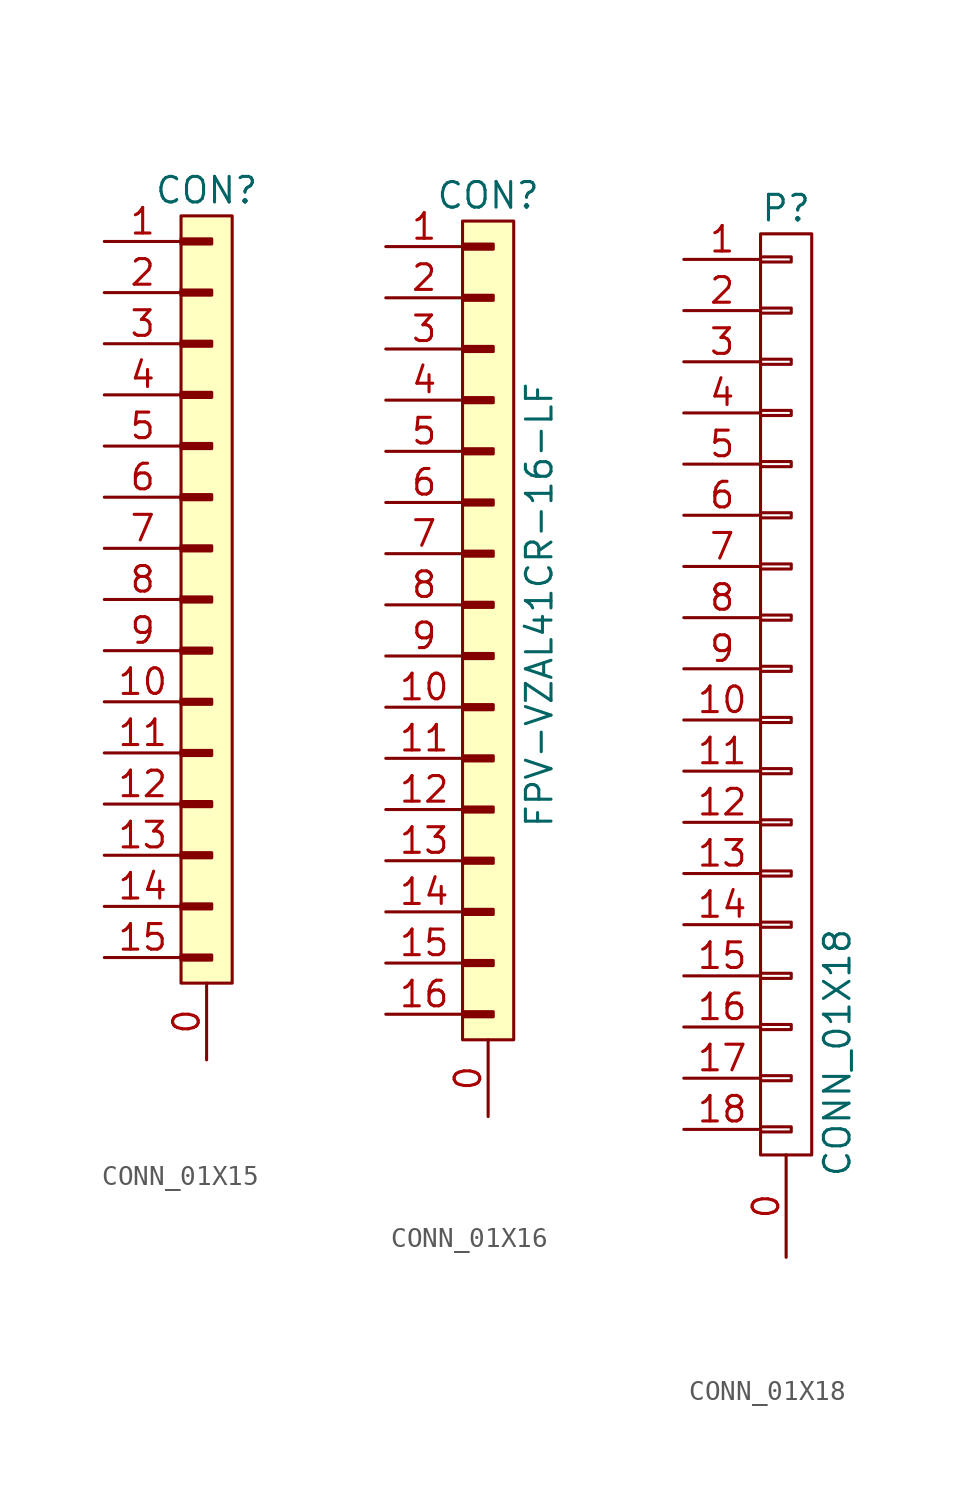
<source format=kicad_sym>
(kicad_symbol_lib
  (version 20220914)
  (generator kicad_symbol_editor)
  (symbol "CONN_01X15"
    (pin_names
      (offset 1.016) hide)
    (property "Reference" "CON"
      (at 0 20.32 0)
      (effects (font (size 1.27 1.27))))
    (property "Value" ""
      (at 2.54 0 90)
      (effects (font (size 1.27 1.27))))
    (symbol "CONN_01X15_1_1"
      (rectangle (start -1.27 -17.653) (end 0.254 -17.907) (stroke (width 0) (type solid)) (fill (type outline)))
      (rectangle (start -1.27 -15.113) (end 0.254 -15.367) (stroke (width 0) (type solid)) (fill (type outline)))
      (rectangle (start -1.27 -12.573) (end 0.254 -12.827) (stroke (width 0) (type solid)) (fill (type outline)))
      (rectangle (start -1.27 -10.033) (end 0.254 -10.287) (stroke (width 0) (type solid)) (fill (type outline)))
      (rectangle (start -1.27 -7.493) (end 0.254 -7.747) (stroke (width 0) (type solid)) (fill (type outline)))
      (rectangle (start -1.27 -4.953) (end 0.254 -5.207) (stroke (width 0) (type solid)) (fill (type outline)))
      (rectangle (start -1.27 -2.413) (end 0.254 -2.667) (stroke (width 0) (type solid)) (fill (type outline)))
      (rectangle (start -1.27 0.127) (end 0.254 -0.127) (stroke (width 0) (type solid)) (fill (type outline)))
      (rectangle (start -1.27 2.667) (end 0.254 2.413) (stroke (width 0) (type solid)) (fill (type outline)))
      (rectangle (start -1.27 5.207) (end 0.254 4.953) (stroke (width 0) (type solid)) (fill (type outline)))
      (rectangle (start -1.27 7.747) (end 0.254 7.493) (stroke (width 0) (type solid)) (fill (type outline)))
      (rectangle (start -1.27 10.287) (end 0.254 10.033) (stroke (width 0) (type solid)) (fill (type outline)))
      (rectangle (start -1.27 12.827) (end 0.254 12.573) (stroke (width 0) (type solid)) (fill (type outline)))
      (rectangle (start -1.27 15.367) (end 0.254 15.113) (stroke (width 0) (type solid)) (fill (type outline)))
      (rectangle (start -1.27 17.907) (end 0.254 17.653) (stroke (width 0) (type solid)) (fill (type outline)))
      (rectangle (start -1.27 19.05) (end 1.27 -19.05) (stroke (width 0) (type solid)) (fill (type background)))
      (pin passive line (at 0 -22.86 90) (length 3.81) (name "P0" (effects (font (size 1.27 1.27)))) (number "0" (effects (font (size 1.27 1.27)))))
      (pin passive line (at -5.08 17.78 0) (length 3.81) (name "P1" (effects (font (size 1.27 1.27)))) (number "1" (effects (font (size 1.27 1.27)))))
      (pin passive line (at -5.08 -5.08 0) (length 3.81) (name "P10" (effects (font (size 1.27 1.27)))) (number "10" (effects (font (size 1.27 1.27)))))
      (pin passive line (at -5.08 -7.62 0) (length 3.81) (name "P11" (effects (font (size 1.27 1.27)))) (number "11" (effects (font (size 1.27 1.27)))))
      (pin passive line (at -5.08 -10.16 0) (length 3.81) (name "P12" (effects (font (size 1.27 1.27)))) (number "12" (effects (font (size 1.27 1.27)))))
      (pin passive line (at -5.08 -12.7 0) (length 3.81) (name "P13" (effects (font (size 1.27 1.27)))) (number "13" (effects (font (size 1.27 1.27)))))
      (pin passive line (at -5.08 -15.24 0) (length 3.81) (name "P14" (effects (font (size 1.27 1.27)))) (number "14" (effects (font (size 1.27 1.27)))))
      (pin passive line (at -5.08 -17.78 0) (length 3.81) (name "P15" (effects (font (size 1.27 1.27)))) (number "15" (effects (font (size 1.27 1.27)))))
      (pin passive line (at -5.08 15.24 0) (length 3.81) (name "P2" (effects (font (size 1.27 1.27)))) (number "2" (effects (font (size 1.27 1.27)))))
      (pin passive line (at -5.08 12.7 0) (length 3.81) (name "P3" (effects (font (size 1.27 1.27)))) (number "3" (effects (font (size 1.27 1.27)))))
      (pin passive line (at -5.08 10.16 0) (length 3.81) (name "P4" (effects (font (size 1.27 1.27)))) (number "4" (effects (font (size 1.27 1.27)))))
      (pin passive line (at -5.08 7.62 0) (length 3.81) (name "P5" (effects (font (size 1.27 1.27)))) (number "5" (effects (font (size 1.27 1.27)))))
      (pin passive line (at -5.08 5.08 0) (length 3.81) (name "P6" (effects (font (size 1.27 1.27)))) (number "6" (effects (font (size 1.27 1.27)))))
      (pin passive line (at -5.08 2.54 0) (length 3.81) (name "P7" (effects (font (size 1.27 1.27)))) (number "7" (effects (font (size 1.27 1.27)))))
      (pin passive line (at -5.08 0 0) (length 3.81) (name "P8" (effects (font (size 1.27 1.27)))) (number "8" (effects (font (size 1.27 1.27)))))
      (pin passive line (at -5.08 -2.54 0) (length 3.81) (name "P9" (effects (font (size 1.27 1.27)))) (number "9" (effects (font (size 1.27 1.27)))))))
  (symbol "CONN_01X16"
    (pin_names
      (offset 1.016) hide)
    (property "Reference" "CON"
      (at 0 20.32 0)
      (effects (font (size 1.27 1.27))))
    (property "Value" "FPV-VZAL41CR-16-LF"
      (at 2.54 0 90)
      (effects (font (size 1.27 1.27))))
    (symbol "CONN_01X16_1_1"
      (rectangle (start -1.27 -20.193) (end 0.254 -20.447) (stroke (width 0) (type solid)) (fill (type outline)))
      (rectangle (start -1.27 -17.653) (end 0.254 -17.907) (stroke (width 0) (type solid)) (fill (type outline)))
      (rectangle (start -1.27 -15.113) (end 0.254 -15.367) (stroke (width 0) (type solid)) (fill (type outline)))
      (rectangle (start -1.27 -12.573) (end 0.254 -12.827) (stroke (width 0) (type solid)) (fill (type outline)))
      (rectangle (start -1.27 -10.033) (end 0.254 -10.287) (stroke (width 0) (type solid)) (fill (type outline)))
      (rectangle (start -1.27 -7.493) (end 0.254 -7.747) (stroke (width 0) (type solid)) (fill (type outline)))
      (rectangle (start -1.27 -4.953) (end 0.254 -5.207) (stroke (width 0) (type solid)) (fill (type outline)))
      (rectangle (start -1.27 -2.413) (end 0.254 -2.667) (stroke (width 0) (type solid)) (fill (type outline)))
      (rectangle (start -1.27 0.127) (end 0.254 -0.127) (stroke (width 0) (type solid)) (fill (type outline)))
      (rectangle (start -1.27 2.667) (end 0.254 2.413) (stroke (width 0) (type solid)) (fill (type outline)))
      (rectangle (start -1.27 5.207) (end 0.254 4.953) (stroke (width 0) (type solid)) (fill (type outline)))
      (rectangle (start -1.27 7.747) (end 0.254 7.493) (stroke (width 0) (type solid)) (fill (type outline)))
      (rectangle (start -1.27 10.287) (end 0.254 10.033) (stroke (width 0) (type solid)) (fill (type outline)))
      (rectangle (start -1.27 12.827) (end 0.254 12.573) (stroke (width 0) (type solid)) (fill (type outline)))
      (rectangle (start -1.27 15.367) (end 0.254 15.113) (stroke (width 0) (type solid)) (fill (type outline)))
      (rectangle (start -1.27 17.907) (end 0.254 17.653) (stroke (width 0) (type solid)) (fill (type outline)))
      (rectangle (start -1.27 19.05) (end 1.27 -21.59) (stroke (width 0) (type solid)) (fill (type background)))
      (pin passive line (at 0 -25.4 90) (length 3.81) (name "P0" (effects (font (size 1.27 1.27)))) (number "0" (effects (font (size 1.27 1.27)))))
      (pin passive line (at -5.08 17.78 0) (length 3.81) (name "P1" (effects (font (size 1.27 1.27)))) (number "1" (effects (font (size 1.27 1.27)))))
      (pin passive line (at -5.08 -5.08 0) (length 3.81) (name "P10" (effects (font (size 1.27 1.27)))) (number "10" (effects (font (size 1.27 1.27)))))
      (pin passive line (at -5.08 -7.62 0) (length 3.81) (name "P11" (effects (font (size 1.27 1.27)))) (number "11" (effects (font (size 1.27 1.27)))))
      (pin passive line (at -5.08 -10.16 0) (length 3.81) (name "P12" (effects (font (size 1.27 1.27)))) (number "12" (effects (font (size 1.27 1.27)))))
      (pin passive line (at -5.08 -12.7 0) (length 3.81) (name "P13" (effects (font (size 1.27 1.27)))) (number "13" (effects (font (size 1.27 1.27)))))
      (pin passive line (at -5.08 -15.24 0) (length 3.81) (name "P14" (effects (font (size 1.27 1.27)))) (number "14" (effects (font (size 1.27 1.27)))))
      (pin passive line (at -5.08 -17.78 0) (length 3.81) (name "P15" (effects (font (size 1.27 1.27)))) (number "15" (effects (font (size 1.27 1.27)))))
      (pin passive line (at -5.08 -20.32 0) (length 3.81) (name "P16" (effects (font (size 1.27 1.27)))) (number "16" (effects (font (size 1.27 1.27)))))
      (pin passive line (at -5.08 15.24 0) (length 3.81) (name "P2" (effects (font (size 1.27 1.27)))) (number "2" (effects (font (size 1.27 1.27)))))
      (pin passive line (at -5.08 12.7 0) (length 3.81) (name "P3" (effects (font (size 1.27 1.27)))) (number "3" (effects (font (size 1.27 1.27)))))
      (pin passive line (at -5.08 10.16 0) (length 3.81) (name "P4" (effects (font (size 1.27 1.27)))) (number "4" (effects (font (size 1.27 1.27)))))
      (pin passive line (at -5.08 7.62 0) (length 3.81) (name "P5" (effects (font (size 1.27 1.27)))) (number "5" (effects (font (size 1.27 1.27)))))
      (pin passive line (at -5.08 5.08 0) (length 3.81) (name "P6" (effects (font (size 1.27 1.27)))) (number "6" (effects (font (size 1.27 1.27)))))
      (pin passive line (at -5.08 2.54 0) (length 3.81) (name "P7" (effects (font (size 1.27 1.27)))) (number "7" (effects (font (size 1.27 1.27)))))
      (pin passive line (at -5.08 0 0) (length 3.81) (name "P8" (effects (font (size 1.27 1.27)))) (number "8" (effects (font (size 1.27 1.27)))))
      (pin passive line (at -5.08 -2.54 0) (length 3.81) (name "P9" (effects (font (size 1.27 1.27)))) (number "9" (effects (font (size 1.27 1.27)))))))
  (symbol "CONN_01X18"
    (pin_names
      (offset 1.016) hide)
    (property "Reference" "P"
      (at 0 26.67 0)
      (effects (font (size 1.27 1.27))))
    (property "Value" "CONN_01X18"
      (at 2.54 -15.24 90)
      (effects (font (size 1.27 1.27))))
    (property "Footprint" ""
      (at 0 -25.4 0)
      (effects (font (size 1.27 1.27))))
    (property "Datasheet" ""
      (at 0 -25.4 0)
      (effects (font (size 1.27 1.27))))
    (symbol "CONN_01X18_0_1"
      (rectangle (start -1.27 -18.923) (end 0.254 -19.177) (stroke (width 0) (type solid)) (fill (type none)))
      (rectangle (start -1.27 -16.383) (end 0.254 -16.637) (stroke (width 0) (type solid)) (fill (type none)))
      (rectangle (start -1.27 -13.843) (end 0.254 -14.097) (stroke (width 0) (type solid)) (fill (type none)))
      (rectangle (start -1.27 -11.303) (end 0.254 -11.557) (stroke (width 0) (type solid)) (fill (type none)))
      (rectangle (start -1.27 -8.763) (end 0.254 -9.017) (stroke (width 0) (type solid)) (fill (type none)))
      (rectangle (start -1.27 -6.223) (end 0.254 -6.477) (stroke (width 0) (type solid)) (fill (type none)))
      (rectangle (start -1.27 -3.683) (end 0.254 -3.937) (stroke (width 0) (type solid)) (fill (type none)))
      (rectangle (start -1.27 -1.143) (end 0.254 -1.397) (stroke (width 0) (type solid)) (fill (type none)))
      (rectangle (start -1.27 1.397) (end 0.254 1.143) (stroke (width 0) (type solid)) (fill (type none)))
      (rectangle (start -1.27 3.937) (end 0.254 3.683) (stroke (width 0) (type solid)) (fill (type none)))
      (rectangle (start -1.27 6.477) (end 0.254 6.223) (stroke (width 0) (type solid)) (fill (type none)))
      (rectangle (start -1.27 9.017) (end 0.254 8.763) (stroke (width 0) (type solid)) (fill (type none)))
      (rectangle (start -1.27 11.557) (end 0.254 11.303) (stroke (width 0) (type solid)) (fill (type none)))
      (rectangle (start -1.27 14.097) (end 0.254 13.843) (stroke (width 0) (type solid)) (fill (type none)))
      (rectangle (start -1.27 16.637) (end 0.254 16.383) (stroke (width 0) (type solid)) (fill (type none)))
      (rectangle (start -1.27 19.177) (end 0.254 18.923) (stroke (width 0) (type solid)) (fill (type none)))
      (rectangle (start -1.27 21.717) (end 0.254 21.463) (stroke (width 0) (type solid)) (fill (type none)))
      (rectangle (start -1.27 24.257) (end 0.254 24.003) (stroke (width 0) (type solid)) (fill (type none)))
      (rectangle (start -1.27 25.4) (end 1.27 -20.32) (stroke (width 0) (type solid)) (fill (type none))))
    (symbol "CONN_01X18_1_1"
      (pin passive line (at 0 -25.4 90) (length 5.08) (name "P0" (effects (font (size 1.27 1.27)))) (number "0" (effects (font (size 1.27 1.27)))))
      (pin passive line (at -5.08 24.13 0) (length 3.81) (name "P1" (effects (font (size 1.27 1.27)))) (number "1" (effects (font (size 1.27 1.27)))))
      (pin passive line (at -5.08 1.27 0) (length 3.81) (name "P10" (effects (font (size 1.27 1.27)))) (number "10" (effects (font (size 1.27 1.27)))))
      (pin passive line (at -5.08 -1.27 0) (length 3.81) (name "P11" (effects (font (size 1.27 1.27)))) (number "11" (effects (font (size 1.27 1.27)))))
      (pin passive line (at -5.08 -3.81 0) (length 3.81) (name "P12" (effects (font (size 1.27 1.27)))) (number "12" (effects (font (size 1.27 1.27)))))
      (pin passive line (at -5.08 -6.35 0) (length 3.81) (name "P13" (effects (font (size 1.27 1.27)))) (number "13" (effects (font (size 1.27 1.27)))))
      (pin passive line (at -5.08 -8.89 0) (length 3.81) (name "P14" (effects (font (size 1.27 1.27)))) (number "14" (effects (font (size 1.27 1.27)))))
      (pin passive line (at -5.08 -11.43 0) (length 3.81) (name "P15" (effects (font (size 1.27 1.27)))) (number "15" (effects (font (size 1.27 1.27)))))
      (pin passive line (at -5.08 -13.97 0) (length 3.81) (name "P16" (effects (font (size 1.27 1.27)))) (number "16" (effects (font (size 1.27 1.27)))))
      (pin passive line (at -5.08 -16.51 0) (length 3.81) (name "P17" (effects (font (size 1.27 1.27)))) (number "17" (effects (font (size 1.27 1.27)))))
      (pin passive line (at -5.08 -19.05 0) (length 3.81) (name "P18" (effects (font (size 1.27 1.27)))) (number "18" (effects (font (size 1.27 1.27)))))
      (pin passive line (at -5.08 21.59 0) (length 3.81) (name "P2" (effects (font (size 1.27 1.27)))) (number "2" (effects (font (size 1.27 1.27)))))
      (pin passive line (at -5.08 19.05 0) (length 3.81) (name "P3" (effects (font (size 1.27 1.27)))) (number "3" (effects (font (size 1.27 1.27)))))
      (pin passive line (at -5.08 16.51 0) (length 3.81) (name "P4" (effects (font (size 1.27 1.27)))) (number "4" (effects (font (size 1.27 1.27)))))
      (pin passive line (at -5.08 13.97 0) (length 3.81) (name "P5" (effects (font (size 1.27 1.27)))) (number "5" (effects (font (size 1.27 1.27)))))
      (pin passive line (at -5.08 11.43 0) (length 3.81) (name "P6" (effects (font (size 1.27 1.27)))) (number "6" (effects (font (size 1.27 1.27)))))
      (pin passive line (at -5.08 8.89 0) (length 3.81) (name "P7" (effects (font (size 1.27 1.27)))) (number "7" (effects (font (size 1.27 1.27)))))
      (pin passive line (at -5.08 6.35 0) (length 3.81) (name "P8" (effects (font (size 1.27 1.27)))) (number "8" (effects (font (size 1.27 1.27)))))
      (pin passive line (at -5.08 3.81 0) (length 3.81) (name "P9" (effects (font (size 1.27 1.27)))) (number "9" (effects (font (size 1.27 1.27))))))))
</source>
